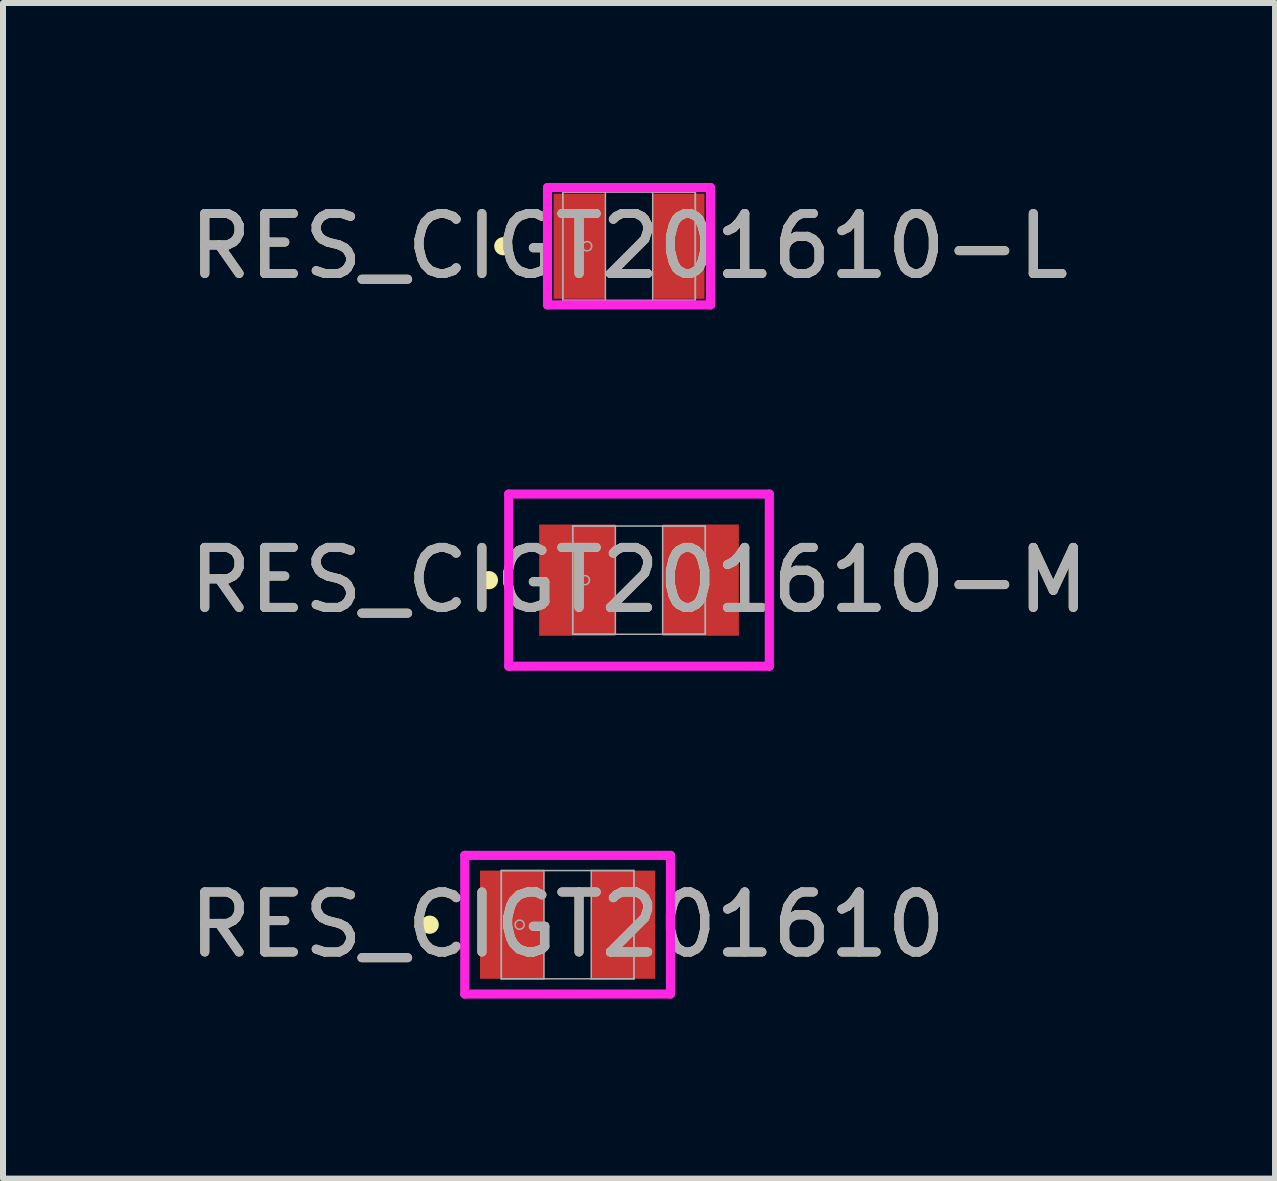
<source format=kicad_pcb>
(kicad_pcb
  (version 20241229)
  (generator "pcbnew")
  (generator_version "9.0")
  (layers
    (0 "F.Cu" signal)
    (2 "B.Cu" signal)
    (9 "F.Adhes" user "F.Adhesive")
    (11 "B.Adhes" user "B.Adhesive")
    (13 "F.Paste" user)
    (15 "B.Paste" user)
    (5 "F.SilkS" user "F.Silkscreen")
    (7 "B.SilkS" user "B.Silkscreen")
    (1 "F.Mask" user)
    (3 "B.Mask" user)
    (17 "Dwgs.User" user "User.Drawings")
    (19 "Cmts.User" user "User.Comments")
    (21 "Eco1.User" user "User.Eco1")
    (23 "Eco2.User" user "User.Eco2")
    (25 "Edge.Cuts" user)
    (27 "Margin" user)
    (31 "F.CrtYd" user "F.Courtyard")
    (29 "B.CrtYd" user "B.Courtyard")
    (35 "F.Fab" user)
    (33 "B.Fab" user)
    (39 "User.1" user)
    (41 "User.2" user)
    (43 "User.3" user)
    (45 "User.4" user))
  (footprint "RES_CIGT201610"
    (layer "F.Cu")
    (at 6.411 12.363)
    (property "Reference" "RES_CIGT201610" (at 0 0 0) (unlocked yes) (layer "F.SilkS") (effects (font (size 1 1) (thickness 0.15))))
    (attr smd)
    (fp_circle (center -2.299 0) (end -2.223 0) (stroke (width 0.152) (type solid)) (fill no) (layer "F.SilkS"))
    (fp_line (start -1.714 -1.156) (end 1.714 -1.156) (stroke (width 0.152) (type solid)) (layer "F.CrtYd"))
    (fp_line (start -1.714 1.156) (end -1.714 -1.156) (stroke (width 0.152) (type solid)) (layer "F.CrtYd"))
    (fp_line (start 1.714 -1.156) (end 1.714 1.156) (stroke (width 0.152) (type solid)) (layer "F.CrtYd"))
    (fp_line (start 1.714 1.156) (end -1.714 1.156) (stroke (width 0.152) (type solid)) (layer "F.CrtYd"))
    (fp_line (start -1.105 -0.902) (end -1.105 0.902) (stroke (width 0.025) (type solid)) (layer "F.Fab"))
    (fp_line (start -1.105 -0.902) (end -1.105 0.902) (stroke (width 0.025) (type solid)) (layer "F.Fab"))
    (fp_line (start -1.105 0.902) (end -0.394 0.902) (stroke (width 0.025) (type solid)) (layer "F.Fab"))
    (fp_line (start -1.105 0.902) (end 1.105 0.902) (stroke (width 0.025) (type solid)) (layer "F.Fab"))
    (fp_line (start -0.394 -0.902) (end -1.105 -0.902) (stroke (width 0.025) (type solid)) (layer "F.Fab"))
    (fp_line (start -0.394 0.902) (end -0.394 -0.902) (stroke (width 0.025) (type solid)) (layer "F.Fab"))
    (fp_line (start 0.394 -0.902) (end 0.394 0.902) (stroke (width 0.025) (type solid)) (layer "F.Fab"))
    (fp_line (start 0.394 0.902) (end 1.105 0.902) (stroke (width 0.025) (type solid)) (layer "F.Fab"))
    (fp_line (start 1.105 -0.902) (end -1.105 -0.902) (stroke (width 0.025) (type solid)) (layer "F.Fab"))
    (fp_line (start 1.105 -0.902) (end 0.394 -0.902) (stroke (width 0.025) (type solid)) (layer "F.Fab"))
    (fp_line (start 1.105 0.902) (end 1.105 -0.902) (stroke (width 0.025) (type solid)) (layer "F.Fab"))
    (fp_line (start 1.105 0.902) (end 1.105 -0.902) (stroke (width 0.025) (type solid)) (layer "F.Fab"))
    (fp_circle (center -0.8 0) (end -0.724 0) (stroke (width 0.025) (type solid)) (fill no) (layer "F.Fab"))
    (fp_text user "${REFERENCE}" (at 0 0 0) (unlocked yes) (layer "F.Fab") (effects (font (size 1 1) (thickness 0.15))))
    (pad "1" smd rect (at -0.927 0) (size 1.067 1.803) (layers "F.Cu" "F.Mask" "F.Paste"))
    (pad "2" smd rect (at 0.927 0) (size 1.067 1.803) (layers "F.Cu" "F.Mask" "F.Paste"))
    (zone (net_name "") (layer "F.Cu") (hatch full 0.508) (connect_pads) (min_thickness 0.254) (filled_areas_thickness no) (keepout (tracks not_allowed) (vias not_allowed) (pads allowed) (copperpour not_allowed) (footprints allowed)) (placement (enabled no)) (fill) (polygon (pts (xy 6.068 11.512) (xy 6.754 11.512) (xy 6.754 13.214) (xy 6.068 13.214)))))
  (footprint "RES_CIGT201610-L"
    (layer "F.Cu")
    (at 7.435 1.054)
    (property "Reference" "RES_CIGT201610-L" (at 0 0 0) (unlocked yes) (layer "F.SilkS") (effects (font (size 1 1) (thickness 0.15))))
    (attr smd)
    (fp_circle (center -2.095 0) (end -2.019 0) (stroke (width 0.152) (type solid)) (fill no) (layer "F.SilkS"))
    (fp_line (start -1.359 -0.978) (end 1.359 -0.978) (stroke (width 0.152) (type solid)) (layer "F.CrtYd"))
    (fp_line (start -1.359 0.978) (end -1.359 -0.978) (stroke (width 0.152) (type solid)) (layer "F.CrtYd"))
    (fp_line (start 1.359 -0.978) (end 1.359 0.978) (stroke (width 0.152) (type solid)) (layer "F.CrtYd"))
    (fp_line (start 1.359 0.978) (end -1.359 0.978) (stroke (width 0.152) (type solid)) (layer "F.CrtYd"))
    (fp_line (start -1.105 -0.902) (end -1.105 0.902) (stroke (width 0.025) (type solid)) (layer "F.Fab"))
    (fp_line (start -1.105 -0.902) (end -1.105 0.902) (stroke (width 0.025) (type solid)) (layer "F.Fab"))
    (fp_line (start -1.105 0.902) (end -0.394 0.902) (stroke (width 0.025) (type solid)) (layer "F.Fab"))
    (fp_line (start -1.105 0.902) (end 1.105 0.902) (stroke (width 0.025) (type solid)) (layer "F.Fab"))
    (fp_line (start -0.394 -0.902) (end -1.105 -0.902) (stroke (width 0.025) (type solid)) (layer "F.Fab"))
    (fp_line (start -0.394 0.902) (end -0.394 -0.902) (stroke (width 0.025) (type solid)) (layer "F.Fab"))
    (fp_line (start 0.394 -0.902) (end 0.394 0.902) (stroke (width 0.025) (type solid)) (layer "F.Fab"))
    (fp_line (start 0.394 0.902) (end 1.105 0.902) (stroke (width 0.025) (type solid)) (layer "F.Fab"))
    (fp_line (start 1.105 -0.902) (end -1.105 -0.902) (stroke (width 0.025) (type solid)) (layer "F.Fab"))
    (fp_line (start 1.105 -0.902) (end 0.394 -0.902) (stroke (width 0.025) (type solid)) (layer "F.Fab"))
    (fp_line (start 1.105 0.902) (end 1.105 -0.902) (stroke (width 0.025) (type solid)) (layer "F.Fab"))
    (fp_line (start 1.105 0.902) (end 1.105 -0.902) (stroke (width 0.025) (type solid)) (layer "F.Fab"))
    (fp_circle (center -0.699 0) (end -0.622 0) (stroke (width 0.025) (type solid)) (fill no) (layer "F.Fab"))
    (fp_text user "${REFERENCE}" (at 0 0 0) (unlocked yes) (layer "F.Fab") (effects (font (size 1 1) (thickness 0.15))))
    (pad "1" smd rect (at -0.826 0) (size 0.864 1.753) (layers "F.Cu" "F.Mask" "F.Paste"))
    (pad "2" smd rect (at 0.826 0) (size 0.864 1.753) (layers "F.Cu" "F.Mask" "F.Paste"))
    (zone (net_name "") (layer "F.Cu") (hatch full 0.508) (connect_pads) (min_thickness 0.254) (filled_areas_thickness no) (keepout (tracks not_allowed) (vias not_allowed) (pads allowed) (copperpour not_allowed) (footprints allowed)) (placement (enabled no)) (fill) (polygon (pts (xy 7.092 0.203) (xy 7.777 0.203) (xy 7.777 1.905) (xy 7.092 1.905)))))
  (footprint "RES_CIGT201610-M"
    (layer "F.Cu")
    (at 7.601 6.62)
    (property "Reference" "RES_CIGT201610-M" (at 0 0 0) (unlocked yes) (layer "F.SilkS") (effects (font (size 1 1) (thickness 0.15))))
    (attr smd)
    (fp_circle (center -2.502 0) (end -2.426 0) (stroke (width 0.152) (type solid)) (fill no) (layer "F.SilkS"))
    (fp_line (start -2.172 -1.435) (end 2.172 -1.435) (stroke (width 0.152) (type solid)) (layer "F.CrtYd"))
    (fp_line (start -2.172 1.435) (end -2.172 -1.435) (stroke (width 0.152) (type solid)) (layer "F.CrtYd"))
    (fp_line (start 2.172 -1.435) (end 2.172 1.435) (stroke (width 0.152) (type solid)) (layer "F.CrtYd"))
    (fp_line (start 2.172 1.435) (end -2.172 1.435) (stroke (width 0.152) (type solid)) (layer "F.CrtYd"))
    (fp_line (start -1.105 -0.902) (end -1.105 0.902) (stroke (width 0.025) (type solid)) (layer "F.Fab"))
    (fp_line (start -1.105 -0.902) (end -1.105 0.902) (stroke (width 0.025) (type solid)) (layer "F.Fab"))
    (fp_line (start -1.105 0.902) (end -0.394 0.902) (stroke (width 0.025) (type solid)) (layer "F.Fab"))
    (fp_line (start -1.105 0.902) (end 1.105 0.902) (stroke (width 0.025) (type solid)) (layer "F.Fab"))
    (fp_line (start -0.394 -0.902) (end -1.105 -0.902) (stroke (width 0.025) (type solid)) (layer "F.Fab"))
    (fp_line (start -0.394 0.902) (end -0.394 -0.902) (stroke (width 0.025) (type solid)) (layer "F.Fab"))
    (fp_line (start 0.394 -0.902) (end 0.394 0.902) (stroke (width 0.025) (type solid)) (layer "F.Fab"))
    (fp_line (start 0.394 0.902) (end 1.105 0.902) (stroke (width 0.025) (type solid)) (layer "F.Fab"))
    (fp_line (start 1.105 -0.902) (end -1.105 -0.902) (stroke (width 0.025) (type solid)) (layer "F.Fab"))
    (fp_line (start 1.105 -0.902) (end 0.394 -0.902) (stroke (width 0.025) (type solid)) (layer "F.Fab"))
    (fp_line (start 1.105 0.902) (end 1.105 -0.902) (stroke (width 0.025) (type solid)) (layer "F.Fab"))
    (fp_line (start 1.105 0.902) (end 1.105 -0.902) (stroke (width 0.025) (type solid)) (layer "F.Fab"))
    (fp_circle (center -0.902 0) (end -0.826 0) (stroke (width 0.025) (type solid)) (fill no) (layer "F.Fab"))
    (fp_text user "${REFERENCE}" (at 0 0 0) (unlocked yes) (layer "F.Fab") (effects (font (size 1 1) (thickness 0.15))))
    (pad "1" smd rect (at -1.029 0) (size 1.27 1.854) (layers "F.Cu" "F.Mask" "F.Paste"))
    (pad "2" smd rect (at 1.029 0) (size 1.27 1.854) (layers "F.Cu" "F.Mask" "F.Paste"))
    (zone (net_name "") (layer "F.Cu") (hatch full 0.508) (connect_pads) (min_thickness 0.254) (filled_areas_thickness no) (keepout (tracks not_allowed) (vias not_allowed) (pads allowed) (copperpour not_allowed) (footprints allowed)) (placement (enabled no)) (fill) (polygon (pts (xy 7.258 5.769) (xy 7.944 5.769) (xy 7.944 7.47) (xy 7.258 7.47)))))
  (gr_rect
    (start -3 -3)
    (end 18.202 16.595)
    (stroke (width 0.1) (type default))
    (fill no)
    (layer "Edge.Cuts")))
</source>
